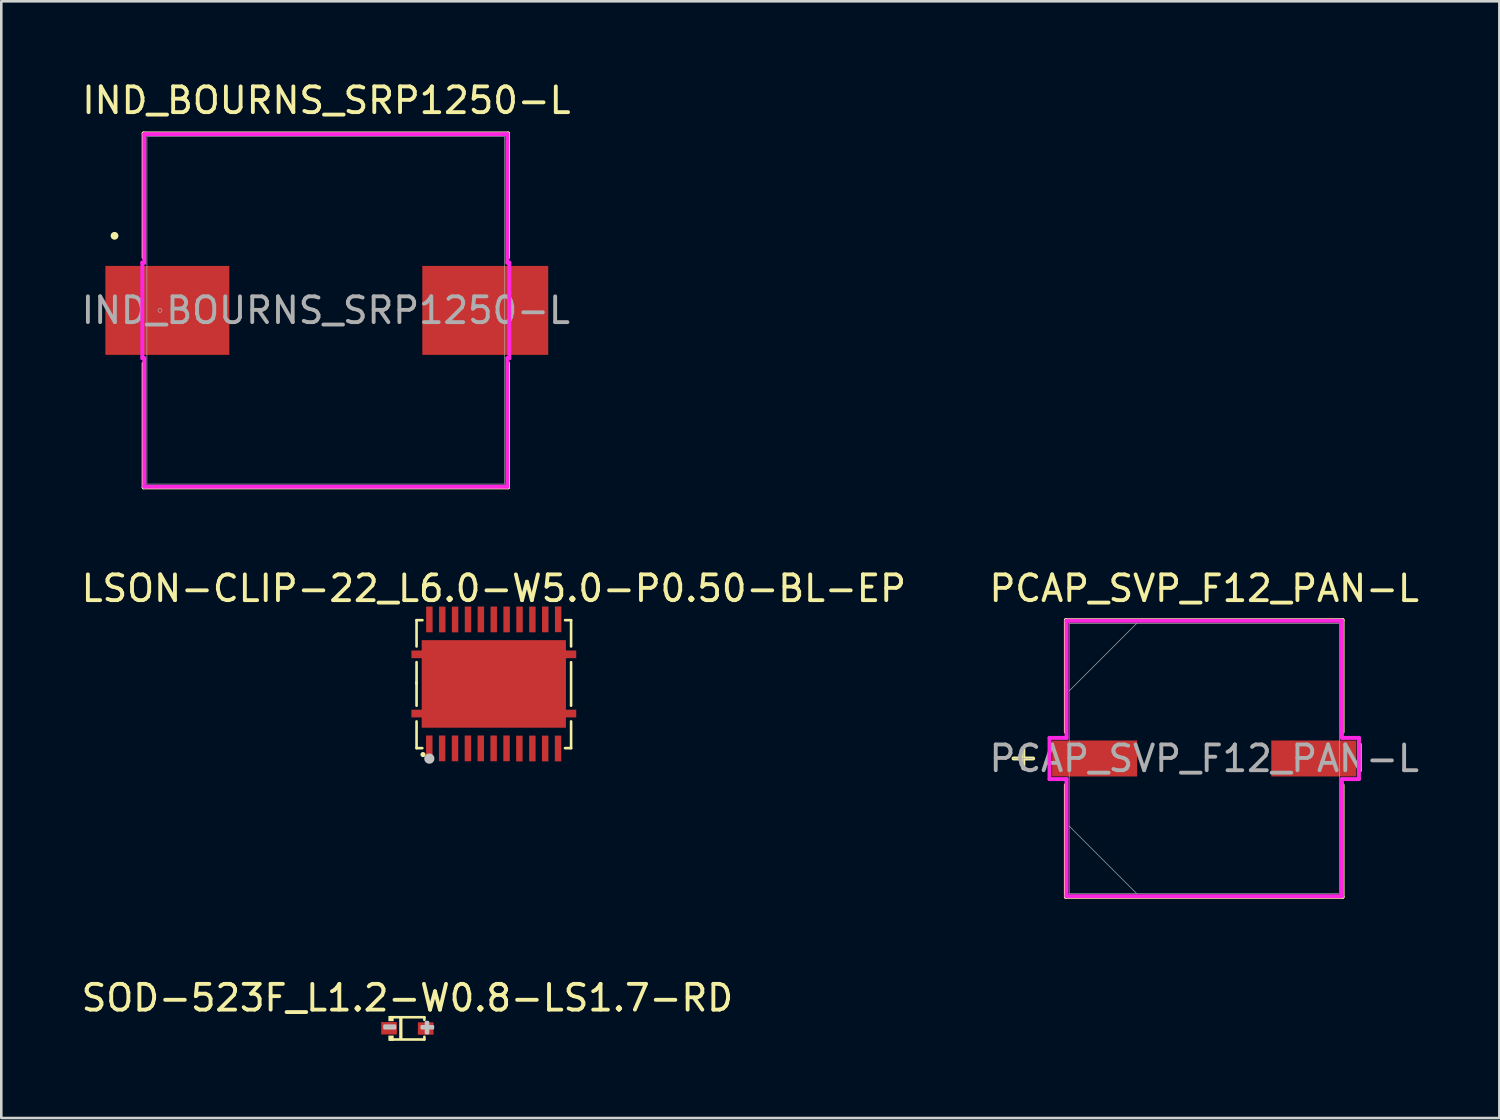
<source format=kicad_pcb>
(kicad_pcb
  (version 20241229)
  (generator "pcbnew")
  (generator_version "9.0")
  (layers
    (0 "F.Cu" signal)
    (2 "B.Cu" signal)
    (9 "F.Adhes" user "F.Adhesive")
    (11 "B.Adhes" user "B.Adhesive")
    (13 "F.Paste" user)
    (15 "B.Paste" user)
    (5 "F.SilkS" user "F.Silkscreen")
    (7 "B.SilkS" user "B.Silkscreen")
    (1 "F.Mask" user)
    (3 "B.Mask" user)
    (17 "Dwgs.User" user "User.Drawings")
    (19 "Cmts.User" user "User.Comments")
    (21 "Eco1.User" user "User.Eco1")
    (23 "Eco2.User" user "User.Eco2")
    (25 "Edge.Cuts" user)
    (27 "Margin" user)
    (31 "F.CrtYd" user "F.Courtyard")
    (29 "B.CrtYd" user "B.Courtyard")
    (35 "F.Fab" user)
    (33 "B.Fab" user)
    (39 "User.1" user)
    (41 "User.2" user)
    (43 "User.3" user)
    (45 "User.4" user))
  (footprint "PCAP_SVP_F12_PAN-L"
    (layer "F.Cu")
    (at 43.708 26.401)
    (property "Reference" "PCAP_SVP_F12_PAN-L" (at 0 -6.604 0) (unlocked yes) (layer "F.SilkS") (effects (font (size 1 1) (thickness 0.15))))
    (attr smd)
    (fp_line (start -7.023 -0.381) (end -7.023 0.381) (stroke (width 0.152) (type solid)) (layer "F.SilkS"))
    (fp_line (start -6.642 0) (end -7.404 0) (stroke (width 0.152) (type solid)) (layer "F.SilkS"))
    (fp_line (start -5.372 -5.372) (end -5.372 -1.031) (stroke (width 0.152) (type solid)) (layer "F.SilkS"))
    (fp_line (start -5.372 1.031) (end -5.372 5.372) (stroke (width 0.152) (type solid)) (layer "F.SilkS"))
    (fp_line (start -5.372 5.372) (end 5.372 5.372) (stroke (width 0.152) (type solid)) (layer "F.SilkS"))
    (fp_line (start 5.372 -5.372) (end -5.372 -5.372) (stroke (width 0.152) (type solid)) (layer "F.SilkS"))
    (fp_line (start 5.372 -1.031) (end 5.372 -5.372) (stroke (width 0.152) (type solid)) (layer "F.SilkS"))
    (fp_line (start 5.372 5.372) (end 5.372 1.031) (stroke (width 0.152) (type solid)) (layer "F.SilkS"))
    (fp_line (start -6.007 -0.8) (end -5.347 -0.8) (stroke (width 0.152) (type solid)) (layer "F.CrtYd"))
    (fp_line (start -6.007 0.8) (end -6.007 -0.8) (stroke (width 0.152) (type solid)) (layer "F.CrtYd"))
    (fp_line (start -5.347 -5.347) (end 5.347 -5.347) (stroke (width 0.152) (type solid)) (layer "F.CrtYd"))
    (fp_line (start -5.347 -0.8) (end -5.347 -5.347) (stroke (width 0.152) (type solid)) (layer "F.CrtYd"))
    (fp_line (start -5.347 0.8) (end -6.007 0.8) (stroke (width 0.152) (type solid)) (layer "F.CrtYd"))
    (fp_line (start -5.347 5.347) (end -5.347 0.8) (stroke (width 0.152) (type solid)) (layer "F.CrtYd"))
    (fp_line (start 5.347 -5.347) (end 5.347 -0.8) (stroke (width 0.152) (type solid)) (layer "F.CrtYd"))
    (fp_line (start 5.347 -0.8) (end 6.007 -0.8) (stroke (width 0.152) (type solid)) (layer "F.CrtYd"))
    (fp_line (start 5.347 0.8) (end 5.347 5.347) (stroke (width 0.152) (type solid)) (layer "F.CrtYd"))
    (fp_line (start 5.347 5.347) (end -5.347 5.347) (stroke (width 0.152) (type solid)) (layer "F.CrtYd"))
    (fp_line (start 6.007 -0.8) (end 6.007 0.8) (stroke (width 0.152) (type solid)) (layer "F.CrtYd"))
    (fp_line (start 6.007 0.8) (end 5.347 0.8) (stroke (width 0.152) (type solid)) (layer "F.CrtYd"))
    (fp_line (start -7.023 -0.381) (end -7.023 0.381) (stroke (width 0.025) (type solid)) (layer "F.Fab"))
    (fp_line (start -6.642 0) (end -7.404 0) (stroke (width 0.025) (type solid)) (layer "F.Fab"))
    (fp_line (start -5.245 -5.245) (end -5.245 5.245) (stroke (width 0.025) (type solid)) (layer "F.Fab"))
    (fp_line (start -5.245 -2.623) (end -2.623 -5.245) (stroke (width 0.025) (type solid)) (layer "F.Fab"))
    (fp_line (start -5.245 2.623) (end -2.623 5.245) (stroke (width 0.025) (type solid)) (layer "F.Fab"))
    (fp_line (start -5.245 5.245) (end 5.245 5.245) (stroke (width 0.025) (type solid)) (layer "F.Fab"))
    (fp_line (start 5.245 -5.245) (end -5.245 -5.245) (stroke (width 0.025) (type solid)) (layer "F.Fab"))
    (fp_line (start 5.245 5.245) (end 5.245 -5.245) (stroke (width 0.025) (type solid)) (layer "F.Fab"))
    (fp_text user "${REFERENCE}" (at 0 0 0) (unlocked yes) (layer "F.Fab") (effects (font (size 1 1) (thickness 0.15))))
    (pad "1" smd rect (at -4.255 0) (size 3.302 1.397) (layers "F.Cu" "F.Mask" "F.Paste"))
    (pad "2" smd rect (at 4.255 0) (size 3.302 1.397) (layers "F.Cu" "F.Mask" "F.Paste"))
    (zone (net_name "") (layer "F.Cu") (hatch full 0.508) (connect_pads) (min_thickness 0.254) (filled_areas_thickness no) (keepout (tracks not_allowed) (vias not_allowed) (pads allowed) (copperpour not_allowed) (footprints allowed)) (placement (enabled no)) (fill) (polygon (pts (xy 38.514 21.206) (xy 48.903 21.206) (xy 48.903 25.651) (xy 38.514 25.651))))
    (zone (net_name "") (layer "F.Cu") (hatch full 0.508) (connect_pads) (min_thickness 0.254) (filled_areas_thickness no) (keepout (tracks not_allowed) (vias not_allowed) (pads allowed) (copperpour not_allowed) (footprints allowed)) (placement (enabled no)) (fill) (polygon (pts (xy 38.514 27.15) (xy 48.903 27.15) (xy 48.903 31.595) (xy 38.514 31.595))))
    (zone (net_name "") (layer "F.Cu") (hatch full 0.508) (connect_pads) (min_thickness 0.254) (filled_areas_thickness no) (keepout (tracks not_allowed) (vias not_allowed) (pads allowed) (copperpour not_allowed) (footprints allowed)) (placement (enabled no)) (fill) (polygon (pts (xy 41.156 25.651) (xy 46.261 25.651) (xy 46.261 27.15) (xy 41.156 27.15)))))
  (footprint "IND_BOURNS_SRP1250-L"
    (layer "F.Cu")
    (at 9.601 9.002)
    (property "Reference" "IND_BOURNS_SRP1250-L" (at 0.025 -8.153 0) (unlocked yes) (layer "F.SilkS") (effects (font (size 1 1) (thickness 0.15))))
    (attr smd)
    (fp_line (start -7.074 -6.871) (end -7.074 -2.056) (stroke (width 0.152) (type solid)) (layer "F.SilkS"))
    (fp_line (start -7.074 2.056) (end -7.074 6.871) (stroke (width 0.152) (type solid)) (layer "F.SilkS"))
    (fp_line (start -7.074 6.871) (end 7.074 6.871) (stroke (width 0.152) (type solid)) (layer "F.SilkS"))
    (fp_line (start 7.074 -6.871) (end -7.074 -6.871) (stroke (width 0.152) (type solid)) (layer "F.SilkS"))
    (fp_line (start 7.074 -2.056) (end 7.074 -6.871) (stroke (width 0.152) (type solid)) (layer "F.SilkS"))
    (fp_line (start 7.074 6.871) (end 7.074 2.056) (stroke (width 0.152) (type solid)) (layer "F.SilkS"))
    (fp_circle (center -8.204 -2.896) (end -8.128 -2.896) (stroke (width 0.152) (type solid)) (fill no) (layer "F.SilkS"))
    (fp_line (start -7.125 -1.854) (end -7.048 -1.854) (stroke (width 0.152) (type solid)) (layer "F.CrtYd"))
    (fp_line (start -7.125 1.854) (end -7.125 -1.854) (stroke (width 0.152) (type solid)) (layer "F.CrtYd"))
    (fp_line (start -7.048 -6.845) (end 7.048 -6.845) (stroke (width 0.152) (type solid)) (layer "F.CrtYd"))
    (fp_line (start -7.048 -1.854) (end -7.048 -6.845) (stroke (width 0.152) (type solid)) (layer "F.CrtYd"))
    (fp_line (start -7.048 1.854) (end -7.125 1.854) (stroke (width 0.152) (type solid)) (layer "F.CrtYd"))
    (fp_line (start -7.048 6.845) (end -7.048 1.854) (stroke (width 0.152) (type solid)) (layer "F.CrtYd"))
    (fp_line (start 7.048 -6.845) (end 7.048 -1.854) (stroke (width 0.152) (type solid)) (layer "F.CrtYd"))
    (fp_line (start 7.048 -1.854) (end 7.125 -1.854) (stroke (width 0.152) (type solid)) (layer "F.CrtYd"))
    (fp_line (start 7.048 1.854) (end 7.048 6.845) (stroke (width 0.152) (type solid)) (layer "F.CrtYd"))
    (fp_line (start 7.048 6.845) (end -7.048 6.845) (stroke (width 0.152) (type solid)) (layer "F.CrtYd"))
    (fp_line (start 7.125 -1.854) (end 7.125 1.854) (stroke (width 0.152) (type solid)) (layer "F.CrtYd"))
    (fp_line (start 7.125 1.854) (end 7.048 1.854) (stroke (width 0.152) (type solid)) (layer "F.CrtYd"))
    (fp_line (start -6.947 -6.744) (end -6.947 6.744) (stroke (width 0.025) (type solid)) (layer "F.Fab"))
    (fp_line (start -6.947 6.744) (end 6.947 6.744) (stroke (width 0.025) (type solid)) (layer "F.Fab"))
    (fp_line (start 6.947 -6.744) (end -6.947 -6.744) (stroke (width 0.025) (type solid)) (layer "F.Fab"))
    (fp_line (start 6.947 6.744) (end 6.947 -6.744) (stroke (width 0.025) (type solid)) (layer "F.Fab"))
    (fp_circle (center -6.439 0) (end -6.363 0) (stroke (width 0.025) (type solid)) (fill no) (layer "F.Fab"))
    (fp_text user "${REFERENCE}" (at 0 0 0) (unlocked yes) (layer "F.Fab") (effects (font (size 1 1) (thickness 0.15))))
    (pad "1" smd rect (at -6.153 0 90) (size 3.454 4.813) (layers "F.Cu" "F.Mask" "F.Paste"))
    (pad "2" smd rect (at 6.191 0 90) (size 3.454 4.889) (layers "F.Cu" "F.Mask" "F.Paste")))
  (footprint "LSON-CLIP-22_L6.0-W5.0-P0.50-BL-EP"
    (layer "F.Cu")
    (at 16.12 23.506)
    (property "Reference" "LSON-CLIP-22_L6.0-W5.0-P0.50-BL-EP" (at 0.004 -3.709 0) (layer "F.SilkS") (effects (font (size 1 1) (thickness 0.15))))
    (fp_line (start -2.996 -2.476) (end -2.768 -2.476) (stroke (width 0.102) (type default)) (layer "F.SilkS"))
    (fp_line (start -2.996 -1.455) (end -2.996 -2.476) (stroke (width 0.102) (type default)) (layer "F.SilkS"))
    (fp_line (start -2.996 -0.007) (end -2.996 -0.845) (stroke (width 0.102) (type default)) (layer "F.SilkS"))
    (fp_line (start -2.996 0.845) (end -2.996 -0.063) (stroke (width 0.102) (type default)) (layer "F.SilkS"))
    (fp_line (start -2.996 2.493) (end -2.996 1.455) (stroke (width 0.102) (type default)) (layer "F.SilkS"))
    (fp_line (start -2.772 2.493) (end -2.996 2.493) (stroke (width 0.102) (type default)) (layer "F.SilkS"))
    (fp_line (start 2.772 -2.476) (end 3.004 -2.476) (stroke (width 0.102) (type default)) (layer "F.SilkS"))
    (fp_line (start 3.004 -2.476) (end 3.004 -1.455) (stroke (width 0.102) (type default)) (layer "F.SilkS"))
    (fp_line (start 3.004 -0.845) (end 3.004 0.845) (stroke (width 0.102) (type default)) (layer "F.SilkS"))
    (fp_line (start 3.004 1.455) (end 3.004 2.493) (stroke (width 0.102) (type default)) (layer "F.SilkS"))
    (fp_line (start 3.004 2.493) (end 2.768 2.493) (stroke (width 0.102) (type default)) (layer "F.SilkS"))
    (fp_circle (center -2.746 2.743) (end -2.696 2.743) (stroke (width 0.1) (type default)) (fill no) (layer "F.SilkS"))
    (fp_circle (center -2.5 2.9) (end -2.4 2.9) (stroke (width 0.2) (type default)) (fill no) (layer "Dwgs.User"))
    (fp_poly (pts (xy -2.377 2.507) (xy -2.627 2.507) (xy -2.627 2.007) (xy -2.377 2.007)) (stroke (width 0.1) (type default)) (fill no) (layer "User.1"))
    (fp_poly (pts (xy -2.373 -2.009) (xy -2.623 -2.009) (xy -2.623 -2.509) (xy -2.373 -2.509)) (stroke (width 0.1) (type default)) (fill no) (layer "User.1"))
    (fp_poly (pts (xy -1.877 2.507) (xy -2.127 2.507) (xy -2.127 2.007) (xy -1.877 2.007)) (stroke (width 0.1) (type default)) (fill no) (layer "User.1"))
    (fp_poly (pts (xy -1.873 -2.009) (xy -2.123 -2.009) (xy -2.123 -2.509) (xy -1.873 -2.509)) (stroke (width 0.1) (type default)) (fill no) (layer "User.1"))
    (fp_poly (pts (xy -1.377 2.507) (xy -1.627 2.507) (xy -1.627 2.007) (xy -1.377 2.007)) (stroke (width 0.1) (type default)) (fill no) (layer "User.1"))
    (fp_poly (pts (xy -1.375 -2.009) (xy -1.625 -2.009) (xy -1.625 -2.509) (xy -1.375 -2.509)) (stroke (width 0.1) (type default)) (fill no) (layer "User.1"))
    (fp_poly (pts (xy -0.877 2.507) (xy -1.127 2.507) (xy -1.127 2.007) (xy -0.877 2.007)) (stroke (width 0.1) (type default)) (fill no) (layer "User.1"))
    (fp_poly (pts (xy -0.873 -2.009) (xy -1.123 -2.009) (xy -1.123 -2.509) (xy -0.873 -2.509)) (stroke (width 0.1) (type default)) (fill no) (layer "User.1"))
    (fp_poly (pts (xy -0.377 2.507) (xy -0.627 2.507) (xy -0.627 2.007) (xy -0.377 2.007)) (stroke (width 0.1) (type default)) (fill no) (layer "User.1"))
    (fp_poly (pts (xy -0.373 -2.009) (xy -0.623 -2.009) (xy -0.623 -2.509) (xy -0.373 -2.509)) (stroke (width 0.1) (type default)) (fill no) (layer "User.1"))
    (fp_poly (pts (xy 0.122 2.507) (xy -0.128 2.507) (xy -0.128 2.007) (xy 0.122 2.007)) (stroke (width 0.1) (type default)) (fill no) (layer "User.1"))
    (fp_poly (pts (xy 0.127 -2.009) (xy -0.123 -2.009) (xy -0.123 -2.509) (xy 0.127 -2.509)) (stroke (width 0.1) (type default)) (fill no) (layer "User.1"))
    (fp_poly (pts (xy 0.623 2.507) (xy 0.373 2.507) (xy 0.373 2.007) (xy 0.623 2.007)) (stroke (width 0.1) (type default)) (fill no) (layer "User.1"))
    (fp_poly (pts (xy 0.626 -2.009) (xy 0.376 -2.009) (xy 0.376 -2.509) (xy 0.626 -2.509)) (stroke (width 0.1) (type default)) (fill no) (layer "User.1"))
    (fp_poly (pts (xy 1.121 2.507) (xy 0.871 2.507) (xy 0.871 2.007) (xy 1.121 2.007)) (stroke (width 0.1) (type default)) (fill no) (layer "User.1"))
    (fp_poly (pts (xy 1.127 -2.009) (xy 0.877 -2.009) (xy 0.877 -2.509) (xy 1.127 -2.509)) (stroke (width 0.1) (type default)) (fill no) (layer "User.1"))
    (fp_poly (pts (xy 1.625 2.507) (xy 1.375 2.507) (xy 1.375 2.007) (xy 1.625 2.007)) (stroke (width 0.1) (type default)) (fill no) (layer "User.1"))
    (fp_poly (pts (xy 1.626 -2.009) (xy 1.376 -2.009) (xy 1.376 -2.509) (xy 1.626 -2.509)) (stroke (width 0.1) (type default)) (fill no) (layer "User.1"))
    (fp_poly (pts (xy 2.123 2.507) (xy 1.873 2.507) (xy 1.873 2.007) (xy 2.123 2.007)) (stroke (width 0.1) (type default)) (fill no) (layer "User.1"))
    (fp_poly (pts (xy 2.126 -2.009) (xy 1.876 -2.009) (xy 1.876 -2.509) (xy 2.126 -2.509)) (stroke (width 0.1) (type default)) (fill no) (layer "User.1"))
    (fp_poly (pts (xy 2.623 2.507) (xy 2.373 2.507) (xy 2.373 2.007) (xy 2.623 2.007)) (stroke (width 0.1) (type default)) (fill no) (layer "User.1"))
    (fp_poly (pts (xy 2.627 -2.009) (xy 2.377 -2.009) (xy 2.377 -2.509) (xy 2.627 -2.509)) (stroke (width 0.1) (type default)) (fill no) (layer "User.1"))
    (fp_poly (pts (xy -2.796 1.6) (xy -2.796 1.3) (xy -3 1.3) (xy -3 1.2) (xy -3 1) (xy -2.796 1) (xy -2.796 -1) (xy -3 -1) (xy -3 -1.1) (xy -3 -1.3) (xy -2.796 -1.3) (xy -2.796 -1.7) (xy 2.804 -1.7) (xy 2.804 -1.3) (xy 3 -1.3) (xy 3 -1.1) (xy 3 -1) (xy 2.804 -1) (xy 2.804 1) (xy 3 1) (xy 3 1.2) (xy 3 1.3) (xy 2.804 1.3) (xy 2.804 1.7) (xy -2.796 1.7)) (stroke (width 0.1) (type default)) (fill no) (layer "User.1"))
    (fp_line (start -3 -2.5) (end 3 -2.5) (stroke (width 0.051) (type default)) (layer "User.2"))
    (fp_line (start -3 2.5) (end -3 -2.5) (stroke (width 0.051) (type default)) (layer "User.2"))
    (fp_line (start 3 -2.5) (end 3 2.5) (stroke (width 0.051) (type default)) (layer "User.2"))
    (fp_line (start 3 2.5) (end -3 2.5) (stroke (width 0.051) (type default)) (layer "User.2"))
    (fp_poly (pts (xy -2.852 2.43) (xy -2.867 2.394) (xy -2.894 2.367) (xy -2.93 2.352) (xy -2.97 2.352) (xy -3.006 2.367) (xy -3.033 2.394) (xy -3.048 2.43) (xy -3.048 2.47) (xy -3.033 2.506) (xy -3.006 2.533) (xy -2.97 2.548) (xy -2.93 2.548) (xy -2.894 2.533) (xy -2.867 2.506) (xy -2.852 2.47)) (stroke (width 0.1) (type default)) (fill no) (layer "User.3"))
    (pad "1" smd rect (at -2.502 2.502 180) (size 0.25 1) (layers "F.Cu" "F.Mask" "F.Paste"))
    (pad "2" smd rect (at -2.002 2.502 180) (size 0.25 1) (layers "F.Cu" "F.Mask" "F.Paste"))
    (pad "3" smd rect (at -1.502 2.502 180) (size 0.25 1) (layers "F.Cu" "F.Mask" "F.Paste"))
    (pad "4" smd rect (at -1.002 2.502 180) (size 0.25 1) (layers "F.Cu" "F.Mask" "F.Paste"))
    (pad "5" smd rect (at -0.502 2.502 180) (size 0.25 1) (layers "F.Cu" "F.Mask" "F.Paste"))
    (pad "6" smd rect (at -0.003 2.502 180) (size 0.25 1) (layers "F.Cu" "F.Mask" "F.Paste"))
    (pad "7" smd rect (at 0.498 2.502 180) (size 0.25 1) (layers "F.Cu" "F.Mask" "F.Paste"))
    (pad "8" smd rect (at 0.996 2.509 180) (size 0.25 1) (layers "F.Cu" "F.Mask" "F.Paste"))
    (pad "9" smd rect (at 1.5 2.506 180) (size 0.25 1) (layers "F.Cu" "F.Mask" "F.Paste"))
    (pad "10" smd rect (at 1.998 2.507 180) (size 0.25 1) (layers "F.Cu" "F.Mask" "F.Paste"))
    (pad "11" smd rect (at 2.498 2.507 180) (size 0.25 1) (layers "F.Cu" "F.Mask" "F.Paste"))
    (pad "12" smd rect (at 2.502 -2.509 180) (size 0.25 1) (layers "F.Cu" "F.Mask" "F.Paste"))
    (pad "13" smd rect (at 2.001 -2.505 180) (size 0.25 1) (layers "F.Cu" "F.Mask" "F.Paste"))
    (pad "14" smd rect (at 1.501 -2.504 180) (size 0.25 1) (layers "F.Cu" "F.Mask" "F.Paste"))
    (pad "15" smd rect (at 1.002 -2.504 180) (size 0.25 1) (layers "F.Cu" "F.Mask" "F.Paste"))
    (pad "16" smd rect (at 0.501 -2.504 180) (size 0.25 1) (layers "F.Cu" "F.Mask" "F.Paste"))
    (pad "17" smd rect (at 0.002 -2.505 180) (size 0.25 1) (layers "F.Cu" "F.Mask" "F.Paste"))
    (pad "18" smd rect (at -0.498 -2.505 180) (size 0.25 1) (layers "F.Cu" "F.Mask" "F.Paste"))
    (pad "19" smd rect (at -0.998 -2.505 180) (size 0.25 1) (layers "F.Cu" "F.Mask" "F.Paste"))
    (pad "20" smd rect (at -1.5 -2.502 180) (size 0.25 1) (layers "F.Cu" "F.Mask" "F.Paste"))
    (pad "21" smd rect (at -1.998 -2.503 180) (size 0.25 1) (layers "F.Cu" "F.Mask" "F.Paste"))
    (pad "22" smd rect (at -2.498 -2.505 180) (size 0.25 1) (layers "F.Cu" "F.Mask" "F.Paste"))
    (pad "23" smd custom (at 0.004 0) (size 0.000001 0.000001) (layers "F.Cu" "F.Mask" "F.Paste") (options (anchor circle)) (primitives (gr_poly (pts (xy -2.8 1.6) (xy -2.8 1.3) (xy -3.2 1.3) (xy -3.2 1) (xy -2.8 1) (xy -2.8 -1) (xy -3.2 -1) (xy -3.2 -1.3) (xy -2.8 -1.3) (xy -2.8 -1.7) (xy 2.8 -1.7) (xy 2.8 -1.3) (xy 3.2 -1.3) (xy 3.2 -1) (xy 2.8 -1) (xy 2.8 1) (xy 3.2 1) (xy 3.2 1.3) (xy 2.8 1.3) (xy 2.8 1.7) (xy -2.8 1.7)) (width 0) (fill yes)))))
  (footprint "SOD-523F_L1.2-W0.8-LS1.7-RD"
    (layer "F.Cu")
    (at 12.768 36.88)
    (property "Reference" "SOD-523F_L1.2-W0.8-LS1.7-RD" (at 0 -1.183 0) (layer "F.SilkS") (effects (font (size 1 1) (thickness 0.15))))
    (fp_line (start -0.66 -0.432) (end 0.66 -0.432) (stroke (width 0.1) (type default)) (layer "F.SilkS"))
    (fp_line (start 0.66 0.326) (end 0.66 0.432) (stroke (width 0.1) (type default)) (layer "F.SilkS"))
    (fp_line (start 0.66 0.432) (end -0.66 0.432) (stroke (width 0.1) (type default)) (layer "F.SilkS"))
    (fp_line (start 0.66 -0.432) (end 0.66 -0.33) (stroke (width 0.1) (type default)) (layer "F.SilkS"))
    (fp_poly (pts (xy -0.318 0.419) (xy -0.318 -0.419) (xy -0.191 -0.419) (xy -0.191 0.419)) (stroke (width 0) (type default)) (fill yes) (layer "F.SilkS"))
    (fp_poly (pts (xy -0.533 -0.482) (xy -0.635 -0.482) (xy -0.737 -0.482) (xy -0.737 -0.28) (xy -0.533 -0.28)) (stroke (width 0) (type default)) (fill yes) (layer "F.SilkS"))
    (fp_poly (pts (xy -0.533 0.28) (xy -0.635 0.28) (xy -0.737 0.28) (xy -0.737 0.482) (xy -0.533 0.482)) (stroke (width 0) (type default)) (fill yes) (layer "F.SilkS"))
    (fp_poly (pts (xy -0.889 -0.105) (xy -0.482 -0.105) (xy -0.482 -0.004) (xy -0.889 -0.004)) (stroke (width 0.1) (type default)) (fill no) (layer "Dwgs.User"))
    (fp_poly (pts (xy 0.558 -0.081) (xy 0.991 -0.081) (xy 0.991 -0.004) (xy 0.558 -0.004)) (stroke (width 0.1) (type default)) (fill no) (layer "Dwgs.User"))
    (fp_poly (pts (xy 0.724 0.186) (xy 0.724 -0.245) (xy 0.8 -0.245) (xy 0.8 0.186)) (stroke (width 0.1) (type default)) (fill no) (layer "Dwgs.User"))
    (fp_poly (pts (xy -0.508 -0.155) (xy -0.8 -0.155) (xy -0.8 0.145) (xy -0.508 0.145)) (stroke (width 0.1) (type default)) (fill no) (layer "User.1"))
    (fp_poly (pts (xy 0.508 0.148) (xy 0.8 0.148) (xy 0.8 -0.151) (xy 0.508 -0.151)) (stroke (width 0.1) (type default)) (fill no) (layer "User.1"))
    (fp_line (start -0.6 -0.404) (end 0.6 -0.404) (stroke (width 0.051) (type default)) (layer "User.2"))
    (fp_line (start -0.6 0.396) (end -0.6 -0.404) (stroke (width 0.051) (type default)) (layer "User.2"))
    (fp_line (start 0.6 -0.404) (end 0.6 0.396) (stroke (width 0.051) (type default)) (layer "User.2"))
    (fp_line (start 0.6 0.396) (end -0.6 0.396) (stroke (width 0.051) (type default)) (layer "User.2"))
    (fp_poly (pts (xy -0.745 -0.427) (xy -0.777 -0.459) (xy -0.823 -0.459) (xy -0.855 -0.427) (xy -0.855 -0.381) (xy -0.823 -0.349) (xy -0.777 -0.349) (xy -0.745 -0.381)) (stroke (width 0.1) (type default)) (fill no) (layer "User.3"))
    (pad "1" smd custom (at -0.711 -0.005) (size 0.000001 0.000001) (layers "F.Cu" "F.Mask" "F.Paste") (options (anchor circle)) (primitives (gr_poly (pts (xy -0.305 -0.241) (xy 0.304 -0.241) (xy 0.304 0.241) (xy -0.305 0.241)) (width 0) (fill yes))))
    (pad "2" smd custom (at 0.711 0.005) (size 0.000001 0.000001) (layers "F.Cu" "F.Mask" "F.Paste") (options (anchor circle)) (primitives (gr_poly (pts (xy -0.304 -0.241) (xy 0.305 -0.241) (xy 0.305 0.241) (xy -0.304 0.241)) (width 0) (fill yes)))))
  (gr_rect
    (start -3 -3)
    (end 55.167 40.362)
    (stroke (width 0.1) (type default))
    (fill no)
    (layer "Edge.Cuts")))
</source>
